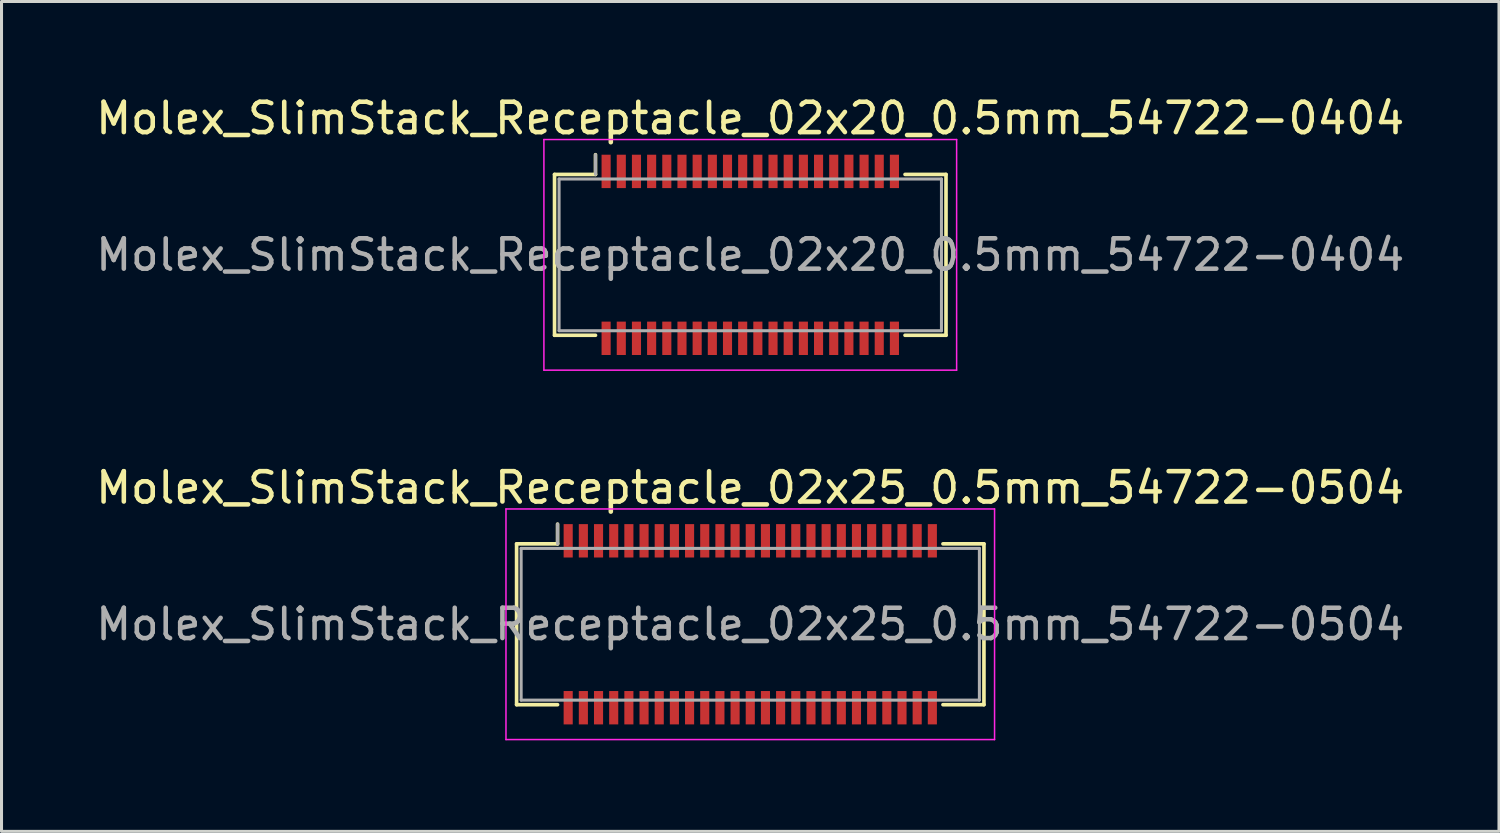
<source format=kicad_pcb>
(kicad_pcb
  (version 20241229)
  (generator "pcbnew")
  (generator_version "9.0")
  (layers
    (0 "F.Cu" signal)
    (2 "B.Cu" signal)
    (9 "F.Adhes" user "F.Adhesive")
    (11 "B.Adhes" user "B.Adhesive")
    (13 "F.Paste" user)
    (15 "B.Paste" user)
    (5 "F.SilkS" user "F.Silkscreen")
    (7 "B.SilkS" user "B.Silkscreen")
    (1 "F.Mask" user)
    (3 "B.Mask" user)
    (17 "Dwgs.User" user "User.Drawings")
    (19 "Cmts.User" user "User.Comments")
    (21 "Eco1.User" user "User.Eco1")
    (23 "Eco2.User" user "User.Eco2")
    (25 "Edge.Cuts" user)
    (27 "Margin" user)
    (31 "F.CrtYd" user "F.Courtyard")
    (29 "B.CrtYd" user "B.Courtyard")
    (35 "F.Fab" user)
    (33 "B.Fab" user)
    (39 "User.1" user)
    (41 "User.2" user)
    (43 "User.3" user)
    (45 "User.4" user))
  (footprint "Molex_SlimStack_Receptacle_02x20_0.5mm_54722-0404"
    (layer "F.Cu")
    (at 21.673 5.348)
    (property "Reference" "Molex_SlimStack_Receptacle_02x20_0.5mm_54722-0404" (at 0 -4.5 0) (layer "F.SilkS") (effects (font (size 1 1) (thickness 0.15))))
    (attr smd)
    (fp_line (start -6.45 -2.65) (end -5.1 -2.65) (stroke (width 0.12) (type solid)) (layer "F.SilkS"))
    (fp_line (start -6.45 2.65) (end -6.45 -2.65) (stroke (width 0.12) (type solid)) (layer "F.SilkS"))
    (fp_line (start -5.1 -2.65) (end -5.1 -3.3) (stroke (width 0.12) (type solid)) (layer "F.SilkS"))
    (fp_line (start -5.1 2.65) (end -6.45 2.65) (stroke (width 0.12) (type solid)) (layer "F.SilkS"))
    (fp_line (start 5.1 2.65) (end 6.45 2.65) (stroke (width 0.12) (type solid)) (layer "F.SilkS"))
    (fp_line (start 6.45 -2.65) (end 5.1 -2.65) (stroke (width 0.12) (type solid)) (layer "F.SilkS"))
    (fp_line (start 6.45 2.65) (end 6.45 -2.65) (stroke (width 0.12) (type solid)) (layer "F.SilkS"))
    (fp_line (start -6.8 -3.8) (end -6.8 3.8) (stroke (width 0.05) (type solid)) (layer "F.CrtYd"))
    (fp_line (start -6.8 3.8) (end 6.8 3.8) (stroke (width 0.05) (type solid)) (layer "F.CrtYd"))
    (fp_line (start 6.8 -3.8) (end -6.8 -3.8) (stroke (width 0.05) (type solid)) (layer "F.CrtYd"))
    (fp_line (start 6.8 3.8) (end 6.8 -3.8) (stroke (width 0.05) (type solid)) (layer "F.CrtYd"))
    (fp_line (start -6.3 -2.5) (end -6.3 2.5) (stroke (width 0.1) (type solid)) (layer "F.Fab"))
    (fp_line (start -6.3 2.5) (end 6.3 2.5) (stroke (width 0.1) (type solid)) (layer "F.Fab"))
    (fp_line (start -5.1 -2.65) (end -5.1 -3.3) (stroke (width 0.1) (type solid)) (layer "F.Fab"))
    (fp_line (start 6.3 -2.5) (end -6.3 -2.5) (stroke (width 0.1) (type solid)) (layer "F.Fab"))
    (fp_line (start 6.3 2.5) (end 6.3 -2.5) (stroke (width 0.1) (type solid)) (layer "F.Fab"))
    (fp_text user "${REFERENCE}" (at 0 0 0) (layer "F.Fab") (effects (font (size 1 1) (thickness 0.15))))
    (pad "1" smd rect (at -4.75 -2.75) (size 0.3 1.1) (layers "F.Cu" "F.Mask" "F.Paste"))
    (pad "2" smd rect (at -4.75 2.75) (size 0.3 1.1) (layers "F.Cu" "F.Mask" "F.Paste"))
    (pad "3" smd rect (at -4.25 -2.75) (size 0.3 1.1) (layers "F.Cu" "F.Mask" "F.Paste"))
    (pad "4" smd rect (at -4.25 2.75) (size 0.3 1.1) (layers "F.Cu" "F.Mask" "F.Paste"))
    (pad "5" smd rect (at -3.75 -2.75) (size 0.3 1.1) (layers "F.Cu" "F.Mask" "F.Paste"))
    (pad "6" smd rect (at -3.75 2.75) (size 0.3 1.1) (layers "F.Cu" "F.Mask" "F.Paste"))
    (pad "7" smd rect (at -3.25 -2.75) (size 0.3 1.1) (layers "F.Cu" "F.Mask" "F.Paste"))
    (pad "8" smd rect (at -3.25 2.75) (size 0.3 1.1) (layers "F.Cu" "F.Mask" "F.Paste"))
    (pad "9" smd rect (at -2.75 -2.75) (size 0.3 1.1) (layers "F.Cu" "F.Mask" "F.Paste"))
    (pad "10" smd rect (at -2.75 2.75) (size 0.3 1.1) (layers "F.Cu" "F.Mask" "F.Paste"))
    (pad "11" smd rect (at -2.25 -2.75) (size 0.3 1.1) (layers "F.Cu" "F.Mask" "F.Paste"))
    (pad "12" smd rect (at -2.25 2.75) (size 0.3 1.1) (layers "F.Cu" "F.Mask" "F.Paste"))
    (pad "13" smd rect (at -1.75 -2.75) (size 0.3 1.1) (layers "F.Cu" "F.Mask" "F.Paste"))
    (pad "14" smd rect (at -1.75 2.75) (size 0.3 1.1) (layers "F.Cu" "F.Mask" "F.Paste"))
    (pad "15" smd rect (at -1.25 -2.75) (size 0.3 1.1) (layers "F.Cu" "F.Mask" "F.Paste"))
    (pad "16" smd rect (at -1.25 2.75) (size 0.3 1.1) (layers "F.Cu" "F.Mask" "F.Paste"))
    (pad "17" smd rect (at -0.75 -2.75) (size 0.3 1.1) (layers "F.Cu" "F.Mask" "F.Paste"))
    (pad "18" smd rect (at -0.75 2.75) (size 0.3 1.1) (layers "F.Cu" "F.Mask" "F.Paste"))
    (pad "19" smd rect (at -0.25 -2.75) (size 0.3 1.1) (layers "F.Cu" "F.Mask" "F.Paste"))
    (pad "20" smd rect (at -0.25 2.75) (size 0.3 1.1) (layers "F.Cu" "F.Mask" "F.Paste"))
    (pad "21" smd rect (at 0.25 -2.75) (size 0.3 1.1) (layers "F.Cu" "F.Mask" "F.Paste"))
    (pad "22" smd rect (at 0.25 2.75) (size 0.3 1.1) (layers "F.Cu" "F.Mask" "F.Paste"))
    (pad "23" smd rect (at 0.75 -2.75) (size 0.3 1.1) (layers "F.Cu" "F.Mask" "F.Paste"))
    (pad "24" smd rect (at 0.75 2.75) (size 0.3 1.1) (layers "F.Cu" "F.Mask" "F.Paste"))
    (pad "25" smd rect (at 1.25 -2.75) (size 0.3 1.1) (layers "F.Cu" "F.Mask" "F.Paste"))
    (pad "26" smd rect (at 1.25 2.75) (size 0.3 1.1) (layers "F.Cu" "F.Mask" "F.Paste"))
    (pad "27" smd rect (at 1.75 -2.75) (size 0.3 1.1) (layers "F.Cu" "F.Mask" "F.Paste"))
    (pad "28" smd rect (at 1.75 2.75) (size 0.3 1.1) (layers "F.Cu" "F.Mask" "F.Paste"))
    (pad "29" smd rect (at 2.25 -2.75) (size 0.3 1.1) (layers "F.Cu" "F.Mask" "F.Paste"))
    (pad "30" smd rect (at 2.25 2.75) (size 0.3 1.1) (layers "F.Cu" "F.Mask" "F.Paste"))
    (pad "31" smd rect (at 2.75 -2.75) (size 0.3 1.1) (layers "F.Cu" "F.Mask" "F.Paste"))
    (pad "32" smd rect (at 2.75 2.75) (size 0.3 1.1) (layers "F.Cu" "F.Mask" "F.Paste"))
    (pad "33" smd rect (at 3.25 -2.75) (size 0.3 1.1) (layers "F.Cu" "F.Mask" "F.Paste"))
    (pad "34" smd rect (at 3.25 2.75) (size 0.3 1.1) (layers "F.Cu" "F.Mask" "F.Paste"))
    (pad "35" smd rect (at 3.75 -2.75) (size 0.3 1.1) (layers "F.Cu" "F.Mask" "F.Paste"))
    (pad "36" smd rect (at 3.75 2.75) (size 0.3 1.1) (layers "F.Cu" "F.Mask" "F.Paste"))
    (pad "37" smd rect (at 4.25 -2.75) (size 0.3 1.1) (layers "F.Cu" "F.Mask" "F.Paste"))
    (pad "38" smd rect (at 4.25 2.75) (size 0.3 1.1) (layers "F.Cu" "F.Mask" "F.Paste"))
    (pad "39" smd rect (at 4.75 -2.75) (size 0.3 1.1) (layers "F.Cu" "F.Mask" "F.Paste"))
    (pad "40" smd rect (at 4.75 2.75) (size 0.3 1.1) (layers "F.Cu" "F.Mask" "F.Paste")))
  (footprint "Molex_SlimStack_Receptacle_02x25_0.5mm_54722-0504"
    (layer "F.Cu")
    (at 21.673 17.521)
    (property "Reference" "Molex_SlimStack_Receptacle_02x25_0.5mm_54722-0504" (at 0 -4.5 0) (layer "F.SilkS") (effects (font (size 1 1) (thickness 0.15))))
    (attr smd)
    (fp_line (start -7.7 -2.65) (end -6.35 -2.65) (stroke (width 0.12) (type solid)) (layer "F.SilkS"))
    (fp_line (start -7.7 2.65) (end -7.7 -2.65) (stroke (width 0.12) (type solid)) (layer "F.SilkS"))
    (fp_line (start -6.35 -2.65) (end -6.35 -3.3) (stroke (width 0.12) (type solid)) (layer "F.SilkS"))
    (fp_line (start -6.35 2.65) (end -7.7 2.65) (stroke (width 0.12) (type solid)) (layer "F.SilkS"))
    (fp_line (start 6.35 2.65) (end 7.7 2.65) (stroke (width 0.12) (type solid)) (layer "F.SilkS"))
    (fp_line (start 7.7 -2.65) (end 6.35 -2.65) (stroke (width 0.12) (type solid)) (layer "F.SilkS"))
    (fp_line (start 7.7 2.65) (end 7.7 -2.65) (stroke (width 0.12) (type solid)) (layer "F.SilkS"))
    (fp_line (start -8.05 -3.8) (end -8.05 3.8) (stroke (width 0.05) (type solid)) (layer "F.CrtYd"))
    (fp_line (start -8.05 3.8) (end 8.05 3.8) (stroke (width 0.05) (type solid)) (layer "F.CrtYd"))
    (fp_line (start 8.05 -3.8) (end -8.05 -3.8) (stroke (width 0.05) (type solid)) (layer "F.CrtYd"))
    (fp_line (start 8.05 3.8) (end 8.05 -3.8) (stroke (width 0.05) (type solid)) (layer "F.CrtYd"))
    (fp_line (start -7.55 -2.5) (end -7.55 2.5) (stroke (width 0.1) (type solid)) (layer "F.Fab"))
    (fp_line (start -7.55 2.5) (end 7.55 2.5) (stroke (width 0.1) (type solid)) (layer "F.Fab"))
    (fp_line (start -6.35 -2.65) (end -6.35 -3.3) (stroke (width 0.1) (type solid)) (layer "F.Fab"))
    (fp_line (start 7.55 -2.5) (end -7.55 -2.5) (stroke (width 0.1) (type solid)) (layer "F.Fab"))
    (fp_line (start 7.55 2.5) (end 7.55 -2.5) (stroke (width 0.1) (type solid)) (layer "F.Fab"))
    (fp_text user "${REFERENCE}" (at 0 0 0) (layer "F.Fab") (effects (font (size 1 1) (thickness 0.15))))
    (pad "1" smd rect (at -6 -2.75) (size 0.3 1.1) (layers "F.Cu" "F.Mask" "F.Paste"))
    (pad "2" smd rect (at -6 2.75) (size 0.3 1.1) (layers "F.Cu" "F.Mask" "F.Paste"))
    (pad "3" smd rect (at -5.5 -2.75) (size 0.3 1.1) (layers "F.Cu" "F.Mask" "F.Paste"))
    (pad "4" smd rect (at -5.5 2.75) (size 0.3 1.1) (layers "F.Cu" "F.Mask" "F.Paste"))
    (pad "5" smd rect (at -5 -2.75) (size 0.3 1.1) (layers "F.Cu" "F.Mask" "F.Paste"))
    (pad "6" smd rect (at -5 2.75) (size 0.3 1.1) (layers "F.Cu" "F.Mask" "F.Paste"))
    (pad "7" smd rect (at -4.5 -2.75) (size 0.3 1.1) (layers "F.Cu" "F.Mask" "F.Paste"))
    (pad "8" smd rect (at -4.5 2.75) (size 0.3 1.1) (layers "F.Cu" "F.Mask" "F.Paste"))
    (pad "9" smd rect (at -4 -2.75) (size 0.3 1.1) (layers "F.Cu" "F.Mask" "F.Paste"))
    (pad "10" smd rect (at -4 2.75) (size 0.3 1.1) (layers "F.Cu" "F.Mask" "F.Paste"))
    (pad "11" smd rect (at -3.5 -2.75) (size 0.3 1.1) (layers "F.Cu" "F.Mask" "F.Paste"))
    (pad "12" smd rect (at -3.5 2.75) (size 0.3 1.1) (layers "F.Cu" "F.Mask" "F.Paste"))
    (pad "13" smd rect (at -3 -2.75) (size 0.3 1.1) (layers "F.Cu" "F.Mask" "F.Paste"))
    (pad "14" smd rect (at -3 2.75) (size 0.3 1.1) (layers "F.Cu" "F.Mask" "F.Paste"))
    (pad "15" smd rect (at -2.5 -2.75) (size 0.3 1.1) (layers "F.Cu" "F.Mask" "F.Paste"))
    (pad "16" smd rect (at -2.5 2.75) (size 0.3 1.1) (layers "F.Cu" "F.Mask" "F.Paste"))
    (pad "17" smd rect (at -2 -2.75) (size 0.3 1.1) (layers "F.Cu" "F.Mask" "F.Paste"))
    (pad "18" smd rect (at -2 2.75) (size 0.3 1.1) (layers "F.Cu" "F.Mask" "F.Paste"))
    (pad "19" smd rect (at -1.5 -2.75) (size 0.3 1.1) (layers "F.Cu" "F.Mask" "F.Paste"))
    (pad "20" smd rect (at -1.5 2.75) (size 0.3 1.1) (layers "F.Cu" "F.Mask" "F.Paste"))
    (pad "21" smd rect (at -1 -2.75) (size 0.3 1.1) (layers "F.Cu" "F.Mask" "F.Paste"))
    (pad "22" smd rect (at -1 2.75) (size 0.3 1.1) (layers "F.Cu" "F.Mask" "F.Paste"))
    (pad "23" smd rect (at -0.5 -2.75) (size 0.3 1.1) (layers "F.Cu" "F.Mask" "F.Paste"))
    (pad "24" smd rect (at -0.5 2.75) (size 0.3 1.1) (layers "F.Cu" "F.Mask" "F.Paste"))
    (pad "25" smd rect (at 0 -2.75) (size 0.3 1.1) (layers "F.Cu" "F.Mask" "F.Paste"))
    (pad "26" smd rect (at 0 2.75) (size 0.3 1.1) (layers "F.Cu" "F.Mask" "F.Paste"))
    (pad "27" smd rect (at 0.5 -2.75) (size 0.3 1.1) (layers "F.Cu" "F.Mask" "F.Paste"))
    (pad "28" smd rect (at 0.5 2.75) (size 0.3 1.1) (layers "F.Cu" "F.Mask" "F.Paste"))
    (pad "29" smd rect (at 1 -2.75) (size 0.3 1.1) (layers "F.Cu" "F.Mask" "F.Paste"))
    (pad "30" smd rect (at 1 2.75) (size 0.3 1.1) (layers "F.Cu" "F.Mask" "F.Paste"))
    (pad "31" smd rect (at 1.5 -2.75) (size 0.3 1.1) (layers "F.Cu" "F.Mask" "F.Paste"))
    (pad "32" smd rect (at 1.5 2.75) (size 0.3 1.1) (layers "F.Cu" "F.Mask" "F.Paste"))
    (pad "33" smd rect (at 2 -2.75) (size 0.3 1.1) (layers "F.Cu" "F.Mask" "F.Paste"))
    (pad "34" smd rect (at 2 2.75) (size 0.3 1.1) (layers "F.Cu" "F.Mask" "F.Paste"))
    (pad "35" smd rect (at 2.5 -2.75) (size 0.3 1.1) (layers "F.Cu" "F.Mask" "F.Paste"))
    (pad "36" smd rect (at 2.5 2.75) (size 0.3 1.1) (layers "F.Cu" "F.Mask" "F.Paste"))
    (pad "37" smd rect (at 3 -2.75) (size 0.3 1.1) (layers "F.Cu" "F.Mask" "F.Paste"))
    (pad "38" smd rect (at 3 2.75) (size 0.3 1.1) (layers "F.Cu" "F.Mask" "F.Paste"))
    (pad "39" smd rect (at 3.5 -2.75) (size 0.3 1.1) (layers "F.Cu" "F.Mask" "F.Paste"))
    (pad "40" smd rect (at 3.5 2.75) (size 0.3 1.1) (layers "F.Cu" "F.Mask" "F.Paste"))
    (pad "41" smd rect (at 4 -2.75) (size 0.3 1.1) (layers "F.Cu" "F.Mask" "F.Paste"))
    (pad "42" smd rect (at 4 2.75) (size 0.3 1.1) (layers "F.Cu" "F.Mask" "F.Paste"))
    (pad "43" smd rect (at 4.5 -2.75) (size 0.3 1.1) (layers "F.Cu" "F.Mask" "F.Paste"))
    (pad "44" smd rect (at 4.5 2.75) (size 0.3 1.1) (layers "F.Cu" "F.Mask" "F.Paste"))
    (pad "45" smd rect (at 5 -2.75) (size 0.3 1.1) (layers "F.Cu" "F.Mask" "F.Paste"))
    (pad "46" smd rect (at 5 2.75) (size 0.3 1.1) (layers "F.Cu" "F.Mask" "F.Paste"))
    (pad "47" smd rect (at 5.5 -2.75) (size 0.3 1.1) (layers "F.Cu" "F.Mask" "F.Paste"))
    (pad "48" smd rect (at 5.5 2.75) (size 0.3 1.1) (layers "F.Cu" "F.Mask" "F.Paste"))
    (pad "49" smd rect (at 6 -2.75) (size 0.3 1.1) (layers "F.Cu" "F.Mask" "F.Paste"))
    (pad "50" smd rect (at 6 2.75) (size 0.3 1.1) (layers "F.Cu" "F.Mask" "F.Paste")))
  (gr_rect
    (start -3 -3)
    (end 46.345 24.346)
    (stroke (width 0.1) (type default))
    (fill no)
    (layer "Edge.Cuts")))
</source>
